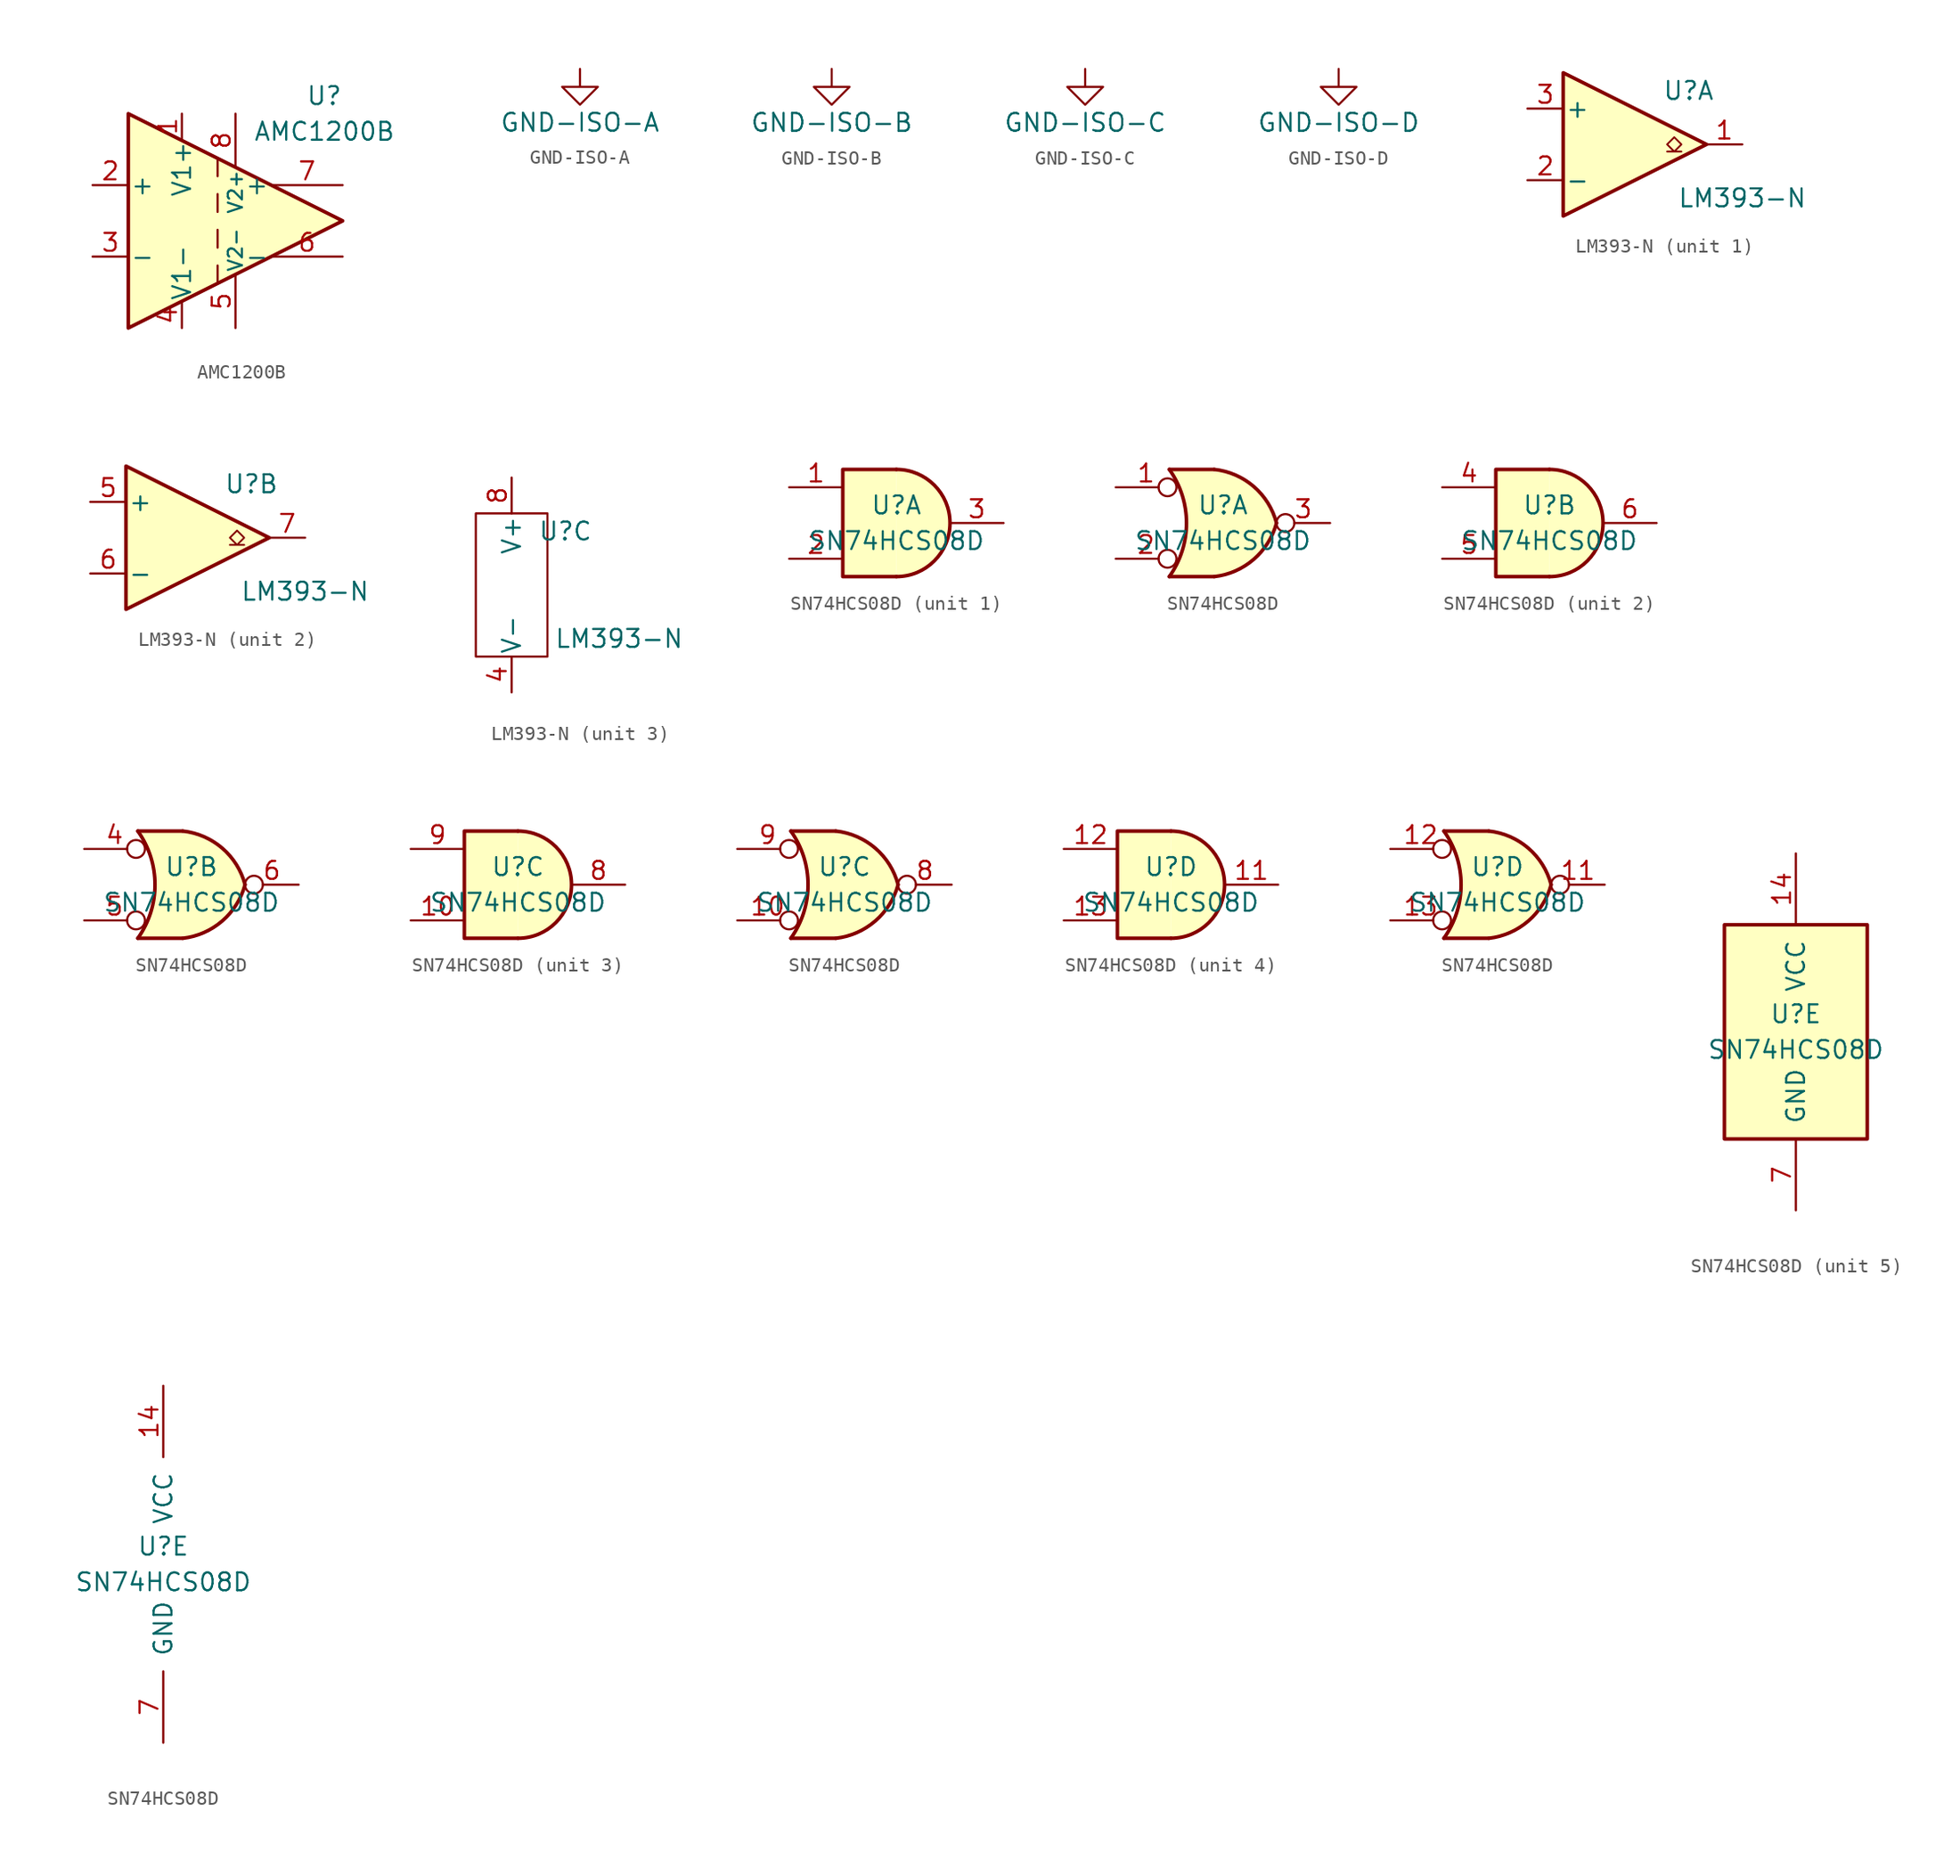
<source format=kicad_sym>
(kicad_symbol_lib
  (version 20211014)
  (generator kicad_symbol_editor)
  (symbol "AMC1200B"
    (pin_names
      (offset 0.127))
    (property "Reference" "U"
      (at 7.62 8.89 0)
      (effects (font (size 1.27 1.27)) (justify right)))
    (property "Value" "AMC1200B"
      (at 1.27 6.35 0)
      (effects (font (size 1.27 1.27)) (justify left)))
    (symbol "AMC1200B_0_1"
      (polyline (pts (xy -1.27 -3.175) (xy -1.27 -4.445)) (stroke (width 0) (type default) (color 0 0 0 0)) (fill (type none)))
      (polyline (pts (xy -1.27 -0.635) (xy -1.27 -1.905)) (stroke (width 0) (type default) (color 0 0 0 0)) (fill (type none)))
      (polyline (pts (xy -1.27 1.905) (xy -1.27 0.635)) (stroke (width 0) (type default) (color 0 0 0 0)) (fill (type none)))
      (polyline (pts (xy -1.27 4.445) (xy -1.27 3.175)) (stroke (width 0) (type default) (color 0 0 0 0)) (fill (type none)))
      (polyline (pts (xy -7.62 -7.62) (xy -7.62 7.62) (xy 7.62 0) (xy -7.62 -7.62)) (stroke (width 0.254) (type default) (color 0 0 0 0)) (fill (type background))))
    (symbol "AMC1200B_1_1"
      (pin power_in line (at -3.81 7.62 270) (length 1.78) (name "V1+" (effects (font (size 1.27 1.27)))) (number "1" (effects (font (size 1.27 1.27)))))
      (pin input line (at -10.16 2.54 0) (length 2.54) (name "+" (effects (font (size 1.27 1.27)))) (number "2" (effects (font (size 1.27 1.27)))))
      (pin input line (at -10.16 -2.54 0) (length 2.54) (name "-" (effects (font (size 1.27 1.27)))) (number "3" (effects (font (size 1.27 1.27)))))
      (pin power_in line (at -3.81 -7.62 90) (length 1.78) (name "V1-" (effects (font (size 1.27 1.27)))) (number "4" (effects (font (size 1.27 1.27)))))
      (pin power_in line (at 0 -7.62 90) (length 3.81) (name "V2-" (effects (font (size 1 1)))) (number "5" (effects (font (size 1.27 1.27)))))
      (pin output line (at 7.62 -2.54 180) (length 5.08) (name "-" (effects (font (size 1.27 1.27)))) (number "6" (effects (font (size 1.27 1.27)))))
      (pin output line (at 7.62 2.54 180) (length 5.08) (name "+" (effects (font (size 1.27 1.27)))) (number "7" (effects (font (size 1.27 1.27)))))
      (pin power_in line (at 0 7.62 270) (length 3.81) (name "V2+" (effects (font (size 1 1)))) (number "8" (effects (font (size 1.27 1.27)))))))
  (symbol "GND-ISO-A"
    (power)
    (pin_names
      (offset 0))
    (property "Reference" "#PWR"
      (at 0 -6.35 0)
      (effects (font (size 1.27 1.27)) hide))
    (property "Value" "GND-ISO-A"
      (at 0 -3.81 0)
      (effects (font (size 1.27 1.27))))
    (symbol "GND-ISO-A_0_1"
      (polyline (pts (xy 0 0) (xy 0 -1.27) (xy 1.27 -1.27) (xy 0 -2.54) (xy -1.27 -1.27) (xy 0 -1.27)) (stroke (width 0) (type default) (color 0 0 0 0)) (fill (type none))))
    (symbol "GND-ISO-A_1_1"
      (pin power_in line (at 0 0 270) (length 0) hide (name "GND-ISO-A" (effects (font (size 1.27 1.27)))) (number "1" (effects (font (size 1.27 1.27)))))))
  (symbol "GND-ISO-B"
    (power)
    (pin_names
      (offset 0))
    (property "Reference" "#PWR"
      (at 0 -6.35 0)
      (effects (font (size 1.27 1.27)) hide))
    (property "Value" "GND-ISO-B"
      (at 0 -3.81 0)
      (effects (font (size 1.27 1.27))))
    (symbol "GND-ISO-B_0_1"
      (polyline (pts (xy 0 0) (xy 0 -1.27) (xy 1.27 -1.27) (xy 0 -2.54) (xy -1.27 -1.27) (xy 0 -1.27)) (stroke (width 0) (type default) (color 0 0 0 0)) (fill (type none))))
    (symbol "GND-ISO-B_1_1"
      (pin power_in line (at 0 0 270) (length 0) hide (name "GND-ISO-B" (effects (font (size 1.27 1.27)))) (number "1" (effects (font (size 1.27 1.27)))))))
  (symbol "GND-ISO-C"
    (power)
    (pin_names
      (offset 0))
    (property "Reference" "#PWR"
      (at 0 -6.35 0)
      (effects (font (size 1.27 1.27)) hide))
    (property "Value" "GND-ISO-C"
      (at 0 -3.81 0)
      (effects (font (size 1.27 1.27))))
    (symbol "GND-ISO-C_0_1"
      (polyline (pts (xy 0 0) (xy 0 -1.27) (xy 1.27 -1.27) (xy 0 -2.54) (xy -1.27 -1.27) (xy 0 -1.27)) (stroke (width 0) (type default) (color 0 0 0 0)) (fill (type none))))
    (symbol "GND-ISO-C_1_1"
      (pin power_in line (at 0 0 270) (length 0) hide (name "GND-ISO-C" (effects (font (size 1.27 1.27)))) (number "1" (effects (font (size 1.27 1.27)))))))
  (symbol "GND-ISO-D"
    (power)
    (pin_names
      (offset 0))
    (property "Reference" "#PWR"
      (at 0 -6.35 0)
      (effects (font (size 1.27 1.27)) hide))
    (property "Value" "GND-ISO-D"
      (at 0 -3.81 0)
      (effects (font (size 1.27 1.27))))
    (symbol "GND-ISO-D_0_1"
      (polyline (pts (xy 0 0) (xy 0 -1.27) (xy 1.27 -1.27) (xy 0 -2.54) (xy -1.27 -1.27) (xy 0 -1.27)) (stroke (width 0) (type default) (color 0 0 0 0)) (fill (type none))))
    (symbol "GND-ISO-D_1_1"
      (pin power_in line (at 0 0 270) (length 0) hide (name "GND-ISO-D" (effects (font (size 1.27 1.27)))) (number "1" (effects (font (size 1.27 1.27)))))))
  (symbol "LM393-N"
    (pin_names
      (offset 0.127))
    (property "Reference" "U"
      (at 3.81 3.81 0)
      (effects (font (size 1.27 1.27))))
    (property "Value" "LM393-N"
      (at 7.62 -3.81 0)
      (effects (font (size 1.27 1.27))))
    (property "ki_locked" ""
      (at 0 0 0)
      (effects (font (size 1.27 1.27))))
    (symbol "LM393-N_1_1"
      (polyline (pts (xy -5.08 5.08) (xy 5.08 0) (xy -5.08 -5.08) (xy -5.08 5.08)) (stroke (width 0.254) (type default) (color 0 0 0 0)) (fill (type background)))
      (polyline (pts (xy 3.302 -0.508) (xy 2.794 -0.508) (xy 3.302 0) (xy 2.794 0.508) (xy 2.286 0) (xy 2.794 -0.508) (xy 2.286 -0.508)) (stroke (width 0.127) (type default) (color 0 0 0 0)) (fill (type none)))
      (pin open_collector line (at 7.62 0 180) (length 2.54) (name "~" (effects (font (size 1.27 1.27)))) (number "1" (effects (font (size 1.27 1.27)))))
      (pin input line (at -7.62 -2.54 0) (length 2.54) (name "-" (effects (font (size 1.27 1.27)))) (number "2" (effects (font (size 1.27 1.27)))))
      (pin input line (at -7.62 2.54 0) (length 2.54) (name "+" (effects (font (size 1.27 1.27)))) (number "3" (effects (font (size 1.27 1.27))))))
    (symbol "LM393-N_2_1"
      (polyline (pts (xy -5.08 5.08) (xy 5.08 0) (xy -5.08 -5.08) (xy -5.08 5.08)) (stroke (width 0.254) (type default) (color 0 0 0 0)) (fill (type background)))
      (polyline (pts (xy 3.302 -0.508) (xy 2.794 -0.508) (xy 3.302 0) (xy 2.794 0.508) (xy 2.286 0) (xy 2.794 -0.508) (xy 2.286 -0.508)) (stroke (width 0.127) (type default) (color 0 0 0 0)) (fill (type none)))
      (pin input line (at -7.62 2.54 0) (length 2.54) (name "+" (effects (font (size 1.27 1.27)))) (number "5" (effects (font (size 1.27 1.27)))))
      (pin input line (at -7.62 -2.54 0) (length 2.54) (name "-" (effects (font (size 1.27 1.27)))) (number "6" (effects (font (size 1.27 1.27)))))
      (pin open_collector line (at 7.62 0 180) (length 2.54) (name "~" (effects (font (size 1.27 1.27)))) (number "7" (effects (font (size 1.27 1.27))))))
    (symbol "LM393-N_3_1"
      (rectangle (start -2.54 5.08) (end 2.54 -5.08) (stroke (width 0) (type default) (color 0 0 0 0)) (fill (type none)))
      (pin power_in line (at 0 -7.62 90) (length 2.54) (name "V-" (effects (font (size 1.27 1.27)))) (number "4" (effects (font (size 1.27 1.27)))))
      (pin power_in line (at 0 7.62 270) (length 2.54) (name "V+" (effects (font (size 1.27 1.27)))) (number "8" (effects (font (size 1.27 1.27)))))))
  (symbol "SN74HCS08D"
    (pin_names
      (offset 1.016))
    (property "Reference" "U"
      (at 0 1.27 0)
      (effects (font (size 1.27 1.27))))
    (property "Value" "SN74HCS08D"
      (at 0 -1.27 0)
      (effects (font (size 1.27 1.27))))
    (property "ki_locked" ""
      (at 0 0 0)
      (effects (font (size 1.27 1.27))))
    (symbol "SN74HCS08D_1_1"
      (arc (start 0 -3.81) (mid 3.81 0) (end 0 3.81) (stroke (width 0.254) (type default) (color 0 0 0 0)) (fill (type background)))
      (polyline (pts (xy 0 3.81) (xy -3.81 3.81) (xy -3.81 -3.81) (xy 0 -3.81)) (stroke (width 0.254) (type default) (color 0 0 0 0)) (fill (type background)))
      (pin input line (at -7.62 2.54 0) (length 3.81) (name "~" (effects (font (size 1.27 1.27)))) (number "1" (effects (font (size 1.27 1.27)))))
      (pin input line (at -7.62 -2.54 0) (length 3.81) (name "~" (effects (font (size 1.27 1.27)))) (number "2" (effects (font (size 1.27 1.27)))))
      (pin output line (at 7.62 0 180) (length 3.81) (name "~" (effects (font (size 1.27 1.27)))) (number "3" (effects (font (size 1.27 1.27))))))
    (symbol "SN74HCS08D_1_2"
      (arc (start -3.81 -3.81) (mid -2.589 0) (end -3.81 3.81) (stroke (width 0.254) (type default) (color 0 0 0 0)) (fill (type none)))
      (arc (start -0.6096 -3.81) (mid 2.1842 -2.5851) (end 3.81 0) (stroke (width 0.254) (type default) (color 0 0 0 0)) (fill (type background)))
      (polyline (pts (xy -3.81 -3.81) (xy -0.635 -3.81)) (stroke (width 0.254) (type default) (color 0 0 0 0)) (fill (type background)))
      (polyline (pts (xy -3.81 3.81) (xy -0.635 3.81)) (stroke (width 0.254) (type default) (color 0 0 0 0)) (fill (type background)))
      (polyline (pts (xy -0.635 3.81) (xy -3.81 3.81) (xy -3.81 3.81) (xy -3.556 3.404) (xy -3.023 2.261) (xy -2.692 1.041) (xy -2.616 -0.254) (xy -2.769 -1.499) (xy -3.175 -2.718) (xy -3.81 -3.81) (xy -3.81 -3.81) (xy -0.635 -3.81)) (stroke (width -25.4) (type default) (color 0 0 0 0)) (fill (type background)))
      (arc (start 3.81 0) (mid 2.1915 2.5936) (end -0.6096 3.81) (stroke (width 0.254) (type default) (color 0 0 0 0)) (fill (type background)))
      (pin input inverted (at -7.62 2.54 0) (length 4.318) (name "~" (effects (font (size 1.27 1.27)))) (number "1" (effects (font (size 1.27 1.27)))))
      (pin input inverted (at -7.62 -2.54 0) (length 4.318) (name "~" (effects (font (size 1.27 1.27)))) (number "2" (effects (font (size 1.27 1.27)))))
      (pin output inverted (at 7.62 0 180) (length 3.81) (name "~" (effects (font (size 1.27 1.27)))) (number "3" (effects (font (size 1.27 1.27))))))
    (symbol "SN74HCS08D_2_1"
      (arc (start 0 -3.81) (mid 3.81 0) (end 0 3.81) (stroke (width 0.254) (type default) (color 0 0 0 0)) (fill (type background)))
      (polyline (pts (xy 0 3.81) (xy -3.81 3.81) (xy -3.81 -3.81) (xy 0 -3.81)) (stroke (width 0.254) (type default) (color 0 0 0 0)) (fill (type background)))
      (pin input line (at -7.62 2.54 0) (length 3.81) (name "~" (effects (font (size 1.27 1.27)))) (number "4" (effects (font (size 1.27 1.27)))))
      (pin input line (at -7.62 -2.54 0) (length 3.81) (name "~" (effects (font (size 1.27 1.27)))) (number "5" (effects (font (size 1.27 1.27)))))
      (pin output line (at 7.62 0 180) (length 3.81) (name "~" (effects (font (size 1.27 1.27)))) (number "6" (effects (font (size 1.27 1.27))))))
    (symbol "SN74HCS08D_2_2"
      (arc (start -3.81 -3.81) (mid -2.589 0) (end -3.81 3.81) (stroke (width 0.254) (type default) (color 0 0 0 0)) (fill (type none)))
      (arc (start -0.6096 -3.81) (mid 2.1842 -2.5851) (end 3.81 0) (stroke (width 0.254) (type default) (color 0 0 0 0)) (fill (type background)))
      (polyline (pts (xy -3.81 -3.81) (xy -0.635 -3.81)) (stroke (width 0.254) (type default) (color 0 0 0 0)) (fill (type background)))
      (polyline (pts (xy -3.81 3.81) (xy -0.635 3.81)) (stroke (width 0.254) (type default) (color 0 0 0 0)) (fill (type background)))
      (polyline (pts (xy -0.635 3.81) (xy -3.81 3.81) (xy -3.81 3.81) (xy -3.556 3.404) (xy -3.023 2.261) (xy -2.692 1.041) (xy -2.616 -0.254) (xy -2.769 -1.499) (xy -3.175 -2.718) (xy -3.81 -3.81) (xy -3.81 -3.81) (xy -0.635 -3.81)) (stroke (width -25.4) (type default) (color 0 0 0 0)) (fill (type background)))
      (arc (start 3.81 0) (mid 2.1915 2.5936) (end -0.6096 3.81) (stroke (width 0.254) (type default) (color 0 0 0 0)) (fill (type background)))
      (pin input inverted (at -7.62 2.54 0) (length 4.318) (name "~" (effects (font (size 1.27 1.27)))) (number "4" (effects (font (size 1.27 1.27)))))
      (pin input inverted (at -7.62 -2.54 0) (length 4.318) (name "~" (effects (font (size 1.27 1.27)))) (number "5" (effects (font (size 1.27 1.27)))))
      (pin output inverted (at 7.62 0 180) (length 3.81) (name "~" (effects (font (size 1.27 1.27)))) (number "6" (effects (font (size 1.27 1.27))))))
    (symbol "SN74HCS08D_3_1"
      (arc (start 0 -3.81) (mid 3.81 0) (end 0 3.81) (stroke (width 0.254) (type default) (color 0 0 0 0)) (fill (type background)))
      (polyline (pts (xy 0 3.81) (xy -3.81 3.81) (xy -3.81 -3.81) (xy 0 -3.81)) (stroke (width 0.254) (type default) (color 0 0 0 0)) (fill (type background)))
      (pin input line (at -7.62 -2.54 0) (length 3.81) (name "~" (effects (font (size 1.27 1.27)))) (number "10" (effects (font (size 1.27 1.27)))))
      (pin output line (at 7.62 0 180) (length 3.81) (name "~" (effects (font (size 1.27 1.27)))) (number "8" (effects (font (size 1.27 1.27)))))
      (pin input line (at -7.62 2.54 0) (length 3.81) (name "~" (effects (font (size 1.27 1.27)))) (number "9" (effects (font (size 1.27 1.27))))))
    (symbol "SN74HCS08D_3_2"
      (arc (start -3.81 -3.81) (mid -2.589 0) (end -3.81 3.81) (stroke (width 0.254) (type default) (color 0 0 0 0)) (fill (type none)))
      (arc (start -0.6096 -3.81) (mid 2.1842 -2.5851) (end 3.81 0) (stroke (width 0.254) (type default) (color 0 0 0 0)) (fill (type background)))
      (polyline (pts (xy -3.81 -3.81) (xy -0.635 -3.81)) (stroke (width 0.254) (type default) (color 0 0 0 0)) (fill (type background)))
      (polyline (pts (xy -3.81 3.81) (xy -0.635 3.81)) (stroke (width 0.254) (type default) (color 0 0 0 0)) (fill (type background)))
      (polyline (pts (xy -0.635 3.81) (xy -3.81 3.81) (xy -3.81 3.81) (xy -3.556 3.404) (xy -3.023 2.261) (xy -2.692 1.041) (xy -2.616 -0.254) (xy -2.769 -1.499) (xy -3.175 -2.718) (xy -3.81 -3.81) (xy -3.81 -3.81) (xy -0.635 -3.81)) (stroke (width -25.4) (type default) (color 0 0 0 0)) (fill (type background)))
      (arc (start 3.81 0) (mid 2.1915 2.5936) (end -0.6096 3.81) (stroke (width 0.254) (type default) (color 0 0 0 0)) (fill (type background)))
      (pin input inverted (at -7.62 -2.54 0) (length 4.318) (name "~" (effects (font (size 1.27 1.27)))) (number "10" (effects (font (size 1.27 1.27)))))
      (pin output inverted (at 7.62 0 180) (length 3.81) (name "~" (effects (font (size 1.27 1.27)))) (number "8" (effects (font (size 1.27 1.27)))))
      (pin input inverted (at -7.62 2.54 0) (length 4.318) (name "~" (effects (font (size 1.27 1.27)))) (number "9" (effects (font (size 1.27 1.27))))))
    (symbol "SN74HCS08D_4_1"
      (arc (start 0 -3.81) (mid 3.81 0) (end 0 3.81) (stroke (width 0.254) (type default) (color 0 0 0 0)) (fill (type background)))
      (polyline (pts (xy 0 3.81) (xy -3.81 3.81) (xy -3.81 -3.81) (xy 0 -3.81)) (stroke (width 0.254) (type default) (color 0 0 0 0)) (fill (type background)))
      (pin output line (at 7.62 0 180) (length 3.81) (name "~" (effects (font (size 1.27 1.27)))) (number "11" (effects (font (size 1.27 1.27)))))
      (pin input line (at -7.62 2.54 0) (length 3.81) (name "~" (effects (font (size 1.27 1.27)))) (number "12" (effects (font (size 1.27 1.27)))))
      (pin input line (at -7.62 -2.54 0) (length 3.81) (name "~" (effects (font (size 1.27 1.27)))) (number "13" (effects (font (size 1.27 1.27))))))
    (symbol "SN74HCS08D_4_2"
      (arc (start -3.81 -3.81) (mid -2.589 0) (end -3.81 3.81) (stroke (width 0.254) (type default) (color 0 0 0 0)) (fill (type none)))
      (arc (start -0.6096 -3.81) (mid 2.1842 -2.5851) (end 3.81 0) (stroke (width 0.254) (type default) (color 0 0 0 0)) (fill (type background)))
      (polyline (pts (xy -3.81 -3.81) (xy -0.635 -3.81)) (stroke (width 0.254) (type default) (color 0 0 0 0)) (fill (type background)))
      (polyline (pts (xy -3.81 3.81) (xy -0.635 3.81)) (stroke (width 0.254) (type default) (color 0 0 0 0)) (fill (type background)))
      (polyline (pts (xy -0.635 3.81) (xy -3.81 3.81) (xy -3.81 3.81) (xy -3.556 3.404) (xy -3.023 2.261) (xy -2.692 1.041) (xy -2.616 -0.254) (xy -2.769 -1.499) (xy -3.175 -2.718) (xy -3.81 -3.81) (xy -3.81 -3.81) (xy -0.635 -3.81)) (stroke (width -25.4) (type default) (color 0 0 0 0)) (fill (type background)))
      (arc (start 3.81 0) (mid 2.1915 2.5936) (end -0.6096 3.81) (stroke (width 0.254) (type default) (color 0 0 0 0)) (fill (type background)))
      (pin output inverted (at 7.62 0 180) (length 3.81) (name "~" (effects (font (size 1.27 1.27)))) (number "11" (effects (font (size 1.27 1.27)))))
      (pin input inverted (at -7.62 2.54 0) (length 4.318) (name "~" (effects (font (size 1.27 1.27)))) (number "12" (effects (font (size 1.27 1.27)))))
      (pin input inverted (at -7.62 -2.54 0) (length 4.318) (name "~" (effects (font (size 1.27 1.27)))) (number "13" (effects (font (size 1.27 1.27))))))
    (symbol "SN74HCS08D_5_0"
      (pin power_in line (at 0 12.7 270) (length 5.08) (name "VCC" (effects (font (size 1.27 1.27)))) (number "14" (effects (font (size 1.27 1.27)))))
      (pin power_in line (at 0 -12.7 90) (length 5.08) (name "GND" (effects (font (size 1.27 1.27)))) (number "7" (effects (font (size 1.27 1.27))))))
    (symbol "SN74HCS08D_5_1"
      (rectangle (start -5.08 7.62) (end 5.08 -7.62) (stroke (width 0.254) (type default) (color 0 0 0 0)) (fill (type background))))))
</source>
